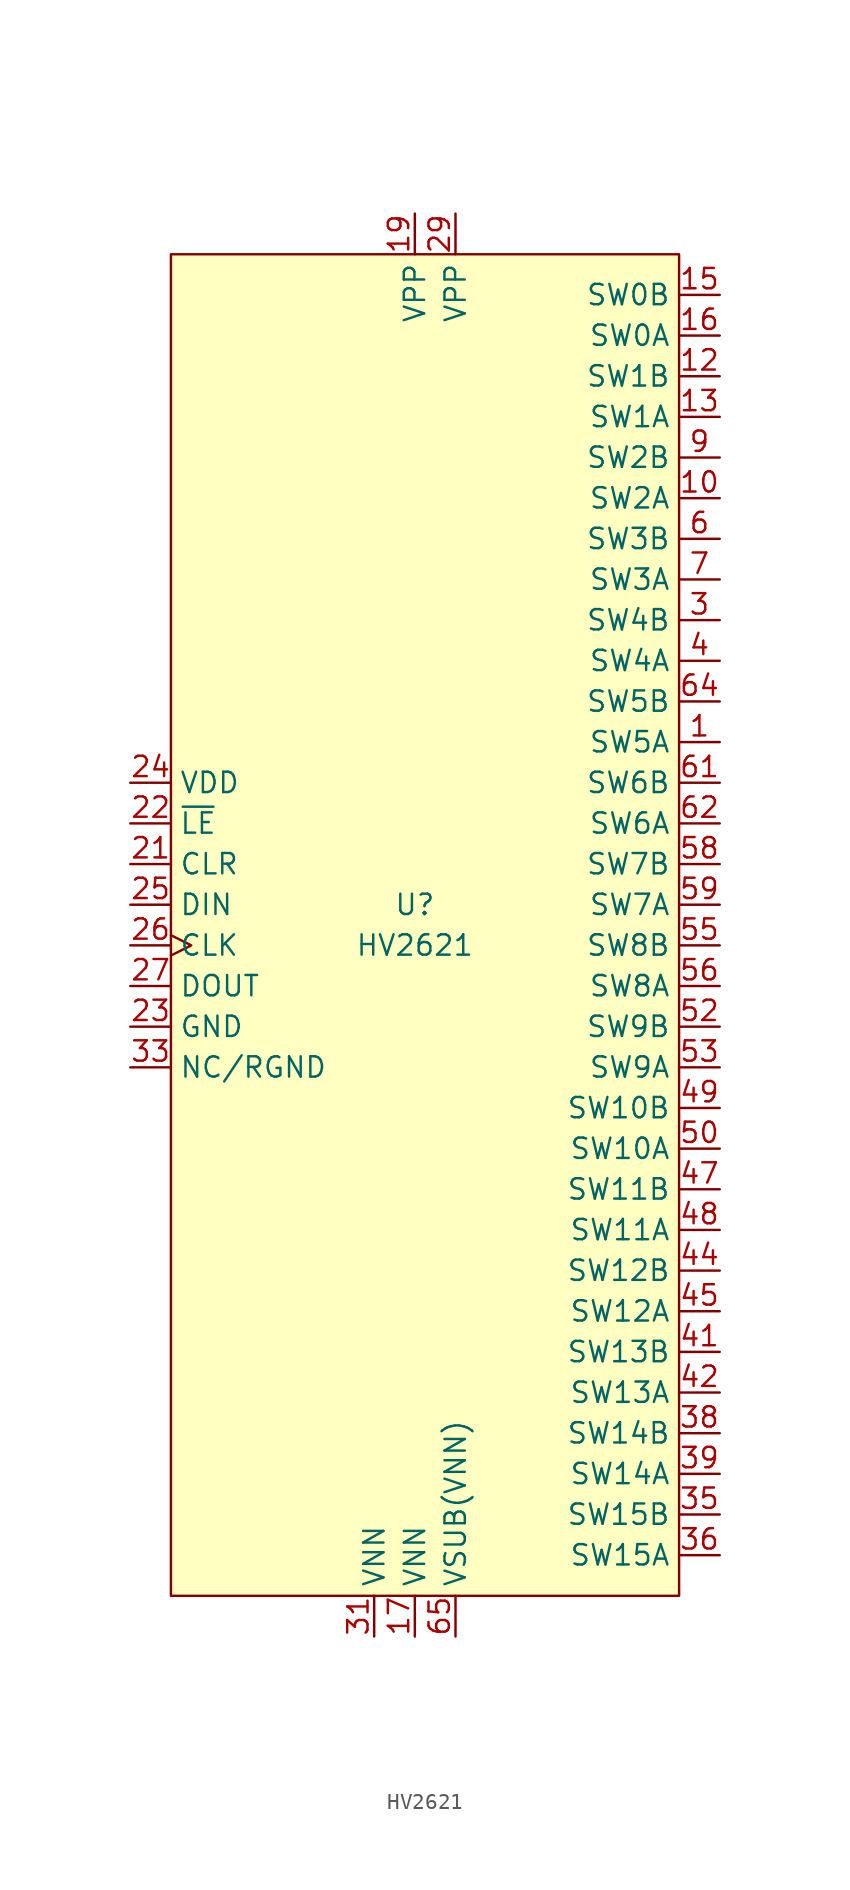
<source format=kicad_sym>
(kicad_symbol_lib
  (version 20211014)
  (generator kicad_symbol_editor)
  (symbol "HV2621"
    (property "Reference" "U"
      (at 0 0 0)
      (effects (font (size 1.27 1.27))))
    (property "Value" "HV2621"
      (at 0 -2.54 0)
      (effects (font (size 1.27 1.27))))
    (symbol "HV2621_0_1"
      (rectangle (start -15.24 40.64) (end 16.51 -43.18) (stroke (width 0.152) (type default) (color 0 0 0 0)) (fill (type background))))
    (symbol "HV2621_1_1"
      (pin bidirectional line (at 19.05 10.16 180) (length 2.54) (name "SW5A" (effects (font (size 1.27 1.27)))) (number "1" (effects (font (size 1.27 1.27)))))
      (pin bidirectional line (at 19.05 25.4 180) (length 2.54) (name "SW2A" (effects (font (size 1.27 1.27)))) (number "10" (effects (font (size 1.27 1.27)))))
      (pin no_connect line (at -17.78 -22.86 0) (length 2.54) hide (name "NC" (effects (font (size 1.27 1.27)))) (number "11" (effects (font (size 1.27 1.27)))))
      (pin bidirectional line (at 19.05 33.02 180) (length 2.54) (name "SW1B" (effects (font (size 1.27 1.27)))) (number "12" (effects (font (size 1.27 1.27)))))
      (pin bidirectional line (at 19.05 30.48 180) (length 2.54) (name "SW1A" (effects (font (size 1.27 1.27)))) (number "13" (effects (font (size 1.27 1.27)))))
      (pin no_connect line (at -17.78 -25.4 0) (length 2.54) hide (name "NC" (effects (font (size 1.27 1.27)))) (number "14" (effects (font (size 1.27 1.27)))))
      (pin bidirectional line (at 19.05 38.1 180) (length 2.54) (name "SW0B" (effects (font (size 1.27 1.27)))) (number "15" (effects (font (size 1.27 1.27)))))
      (pin bidirectional line (at 19.05 35.56 180) (length 2.54) (name "SW0A" (effects (font (size 1.27 1.27)))) (number "16" (effects (font (size 1.27 1.27)))))
      (pin power_in line (at 0 -45.72 90) (length 2.54) (name "VNN" (effects (font (size 1.27 1.27)))) (number "17" (effects (font (size 1.27 1.27)))))
      (pin no_connect line (at -17.78 -27.94 0) (length 2.54) hide (name "NC" (effects (font (size 1.27 1.27)))) (number "18" (effects (font (size 1.27 1.27)))))
      (pin power_in line (at 0 43.18 270) (length 2.54) (name "VPP" (effects (font (size 1.27 1.27)))) (number "19" (effects (font (size 1.27 1.27)))))
      (pin no_connect line (at -17.78 -12.7 0) (length 2.54) hide (name "NC" (effects (font (size 1.27 1.27)))) (number "2" (effects (font (size 1.27 1.27)))))
      (pin no_connect line (at -17.78 -30.48 0) (length 2.54) hide (name "NC" (effects (font (size 1.27 1.27)))) (number "20" (effects (font (size 1.27 1.27)))))
      (pin input line (at -17.78 2.54 0) (length 2.54) (name "CLR" (effects (font (size 1.27 1.27)))) (number "21" (effects (font (size 1.27 1.27)))))
      (pin input line (at -17.78 5.08 0) (length 2.54) (name "~{LE}" (effects (font (size 1.27 1.27)))) (number "22" (effects (font (size 1.27 1.27)))))
      (pin power_in line (at -17.78 -7.62 0) (length 2.54) (name "GND" (effects (font (size 1.27 1.27)))) (number "23" (effects (font (size 1.27 1.27)))))
      (pin power_in line (at -17.78 7.62 0) (length 2.54) (name "VDD" (effects (font (size 1.27 1.27)))) (number "24" (effects (font (size 1.27 1.27)))))
      (pin input line (at -17.78 0 0) (length 2.54) (name "DIN" (effects (font (size 1.27 1.27)))) (number "25" (effects (font (size 1.27 1.27)))))
      (pin input clock (at -17.78 -2.54 0) (length 2.54) (name "CLK" (effects (font (size 1.27 1.27)))) (number "26" (effects (font (size 1.27 1.27)))))
      (pin output line (at -17.78 -5.08 0) (length 2.54) (name "DOUT" (effects (font (size 1.27 1.27)))) (number "27" (effects (font (size 1.27 1.27)))))
      (pin no_connect line (at -17.78 -33.02 0) (length 2.54) hide (name "NC" (effects (font (size 1.27 1.27)))) (number "28" (effects (font (size 1.27 1.27)))))
      (pin power_in line (at 2.54 43.18 270) (length 2.54) (name "VPP" (effects (font (size 1.27 1.27)))) (number "29" (effects (font (size 1.27 1.27)))))
      (pin bidirectional line (at 19.05 17.78 180) (length 2.54) (name "SW4B" (effects (font (size 1.27 1.27)))) (number "3" (effects (font (size 1.27 1.27)))))
      (pin no_connect line (at -17.78 -35.56 0) (length 2.54) hide (name "NC" (effects (font (size 1.27 1.27)))) (number "30" (effects (font (size 1.27 1.27)))))
      (pin power_in line (at -2.54 -45.72 90) (length 2.54) (name "VNN" (effects (font (size 1.27 1.27)))) (number "31" (effects (font (size 1.27 1.27)))))
      (pin no_connect line (at -17.78 -40.64 0) (length 2.54) hide (name "NC" (effects (font (size 1.27 1.27)))) (number "32" (effects (font (size 1.27 1.27)))))
      (pin bidirectional line (at -17.78 -10.16 0) (length 2.54) (name "NC/RGND" (effects (font (size 1.27 1.27)))) (number "33" (effects (font (size 1.27 1.27)))))
      (pin no_connect line (at -17.78 -38.1 0) (length 2.54) hide (name "NC" (effects (font (size 1.27 1.27)))) (number "34" (effects (font (size 1.27 1.27)))))
      (pin bidirectional line (at 19.05 -38.1 180) (length 2.54) (name "SW15B" (effects (font (size 1.27 1.27)))) (number "35" (effects (font (size 1.27 1.27)))))
      (pin bidirectional line (at 19.05 -40.64 180) (length 2.54) (name "SW15A" (effects (font (size 1.27 1.27)))) (number "36" (effects (font (size 1.27 1.27)))))
      (pin no_connect line (at -17.78 10.16 0) (length 2.54) hide (name "NC" (effects (font (size 1.27 1.27)))) (number "37" (effects (font (size 1.27 1.27)))))
      (pin bidirectional line (at 19.05 -33.02 180) (length 2.54) (name "SW14B" (effects (font (size 1.27 1.27)))) (number "38" (effects (font (size 1.27 1.27)))))
      (pin bidirectional line (at 19.05 -35.56 180) (length 2.54) (name "SW14A" (effects (font (size 1.27 1.27)))) (number "39" (effects (font (size 1.27 1.27)))))
      (pin bidirectional line (at 19.05 15.24 180) (length 2.54) (name "SW4A" (effects (font (size 1.27 1.27)))) (number "4" (effects (font (size 1.27 1.27)))))
      (pin no_connect line (at -17.78 12.7 0) (length 2.54) hide (name "NC" (effects (font (size 1.27 1.27)))) (number "40" (effects (font (size 1.27 1.27)))))
      (pin bidirectional line (at 19.05 -27.94 180) (length 2.54) (name "SW13B" (effects (font (size 1.27 1.27)))) (number "41" (effects (font (size 1.27 1.27)))))
      (pin bidirectional line (at 19.05 -30.48 180) (length 2.54) (name "SW13A" (effects (font (size 1.27 1.27)))) (number "42" (effects (font (size 1.27 1.27)))))
      (pin no_connect line (at -17.78 15.24 0) (length 2.54) hide (name "NC" (effects (font (size 1.27 1.27)))) (number "43" (effects (font (size 1.27 1.27)))))
      (pin bidirectional line (at 19.05 -22.86 180) (length 2.54) (name "SW12B" (effects (font (size 1.27 1.27)))) (number "44" (effects (font (size 1.27 1.27)))))
      (pin bidirectional line (at 19.05 -25.4 180) (length 2.54) (name "SW12A" (effects (font (size 1.27 1.27)))) (number "45" (effects (font (size 1.27 1.27)))))
      (pin no_connect line (at -17.78 17.78 0) (length 2.54) hide (name "NC" (effects (font (size 1.27 1.27)))) (number "46" (effects (font (size 1.27 1.27)))))
      (pin bidirectional line (at 19.05 -17.78 180) (length 2.54) (name "SW11B" (effects (font (size 1.27 1.27)))) (number "47" (effects (font (size 1.27 1.27)))))
      (pin bidirectional line (at 19.05 -20.32 180) (length 2.54) (name "SW11A" (effects (font (size 1.27 1.27)))) (number "48" (effects (font (size 1.27 1.27)))))
      (pin bidirectional line (at 19.05 -12.7 180) (length 2.54) (name "SW10B" (effects (font (size 1.27 1.27)))) (number "49" (effects (font (size 1.27 1.27)))))
      (pin no_connect line (at -17.78 -15.24 0) (length 2.54) hide (name "NC" (effects (font (size 1.27 1.27)))) (number "5" (effects (font (size 1.27 1.27)))))
      (pin bidirectional line (at 19.05 -15.24 180) (length 2.54) (name "SW10A" (effects (font (size 1.27 1.27)))) (number "50" (effects (font (size 1.27 1.27)))))
      (pin no_connect line (at -17.78 20.32 0) (length 2.54) hide (name "NC" (effects (font (size 1.27 1.27)))) (number "51" (effects (font (size 1.27 1.27)))))
      (pin bidirectional line (at 19.05 -7.62 180) (length 2.54) (name "SW9B" (effects (font (size 1.27 1.27)))) (number "52" (effects (font (size 1.27 1.27)))))
      (pin bidirectional line (at 19.05 -10.16 180) (length 2.54) (name "SW9A" (effects (font (size 1.27 1.27)))) (number "53" (effects (font (size 1.27 1.27)))))
      (pin no_connect line (at -17.78 22.86 0) (length 2.54) hide (name "NC" (effects (font (size 1.27 1.27)))) (number "54" (effects (font (size 1.27 1.27)))))
      (pin bidirectional line (at 19.05 -2.54 180) (length 2.54) (name "SW8B" (effects (font (size 1.27 1.27)))) (number "55" (effects (font (size 1.27 1.27)))))
      (pin bidirectional line (at 19.05 -5.08 180) (length 2.54) (name "SW8A" (effects (font (size 1.27 1.27)))) (number "56" (effects (font (size 1.27 1.27)))))
      (pin no_connect line (at -17.78 25.4 0) (length 2.54) hide (name "NC" (effects (font (size 1.27 1.27)))) (number "57" (effects (font (size 1.27 1.27)))))
      (pin bidirectional line (at 19.05 2.54 180) (length 2.54) (name "SW7B" (effects (font (size 1.27 1.27)))) (number "58" (effects (font (size 1.27 1.27)))))
      (pin bidirectional line (at 19.05 0 180) (length 2.54) (name "SW7A" (effects (font (size 1.27 1.27)))) (number "59" (effects (font (size 1.27 1.27)))))
      (pin bidirectional line (at 19.05 22.86 180) (length 2.54) (name "SW3B" (effects (font (size 1.27 1.27)))) (number "6" (effects (font (size 1.27 1.27)))))
      (pin no_connect line (at -17.78 27.94 0) (length 2.54) hide (name "NC" (effects (font (size 1.27 1.27)))) (number "60" (effects (font (size 1.27 1.27)))))
      (pin bidirectional line (at 19.05 7.62 180) (length 2.54) (name "SW6B" (effects (font (size 1.27 1.27)))) (number "61" (effects (font (size 1.27 1.27)))))
      (pin bidirectional line (at 19.05 5.08 180) (length 2.54) (name "SW6A" (effects (font (size 1.27 1.27)))) (number "62" (effects (font (size 1.27 1.27)))))
      (pin no_connect line (at -17.78 30.48 0) (length 2.54) hide (name "NC" (effects (font (size 1.27 1.27)))) (number "63" (effects (font (size 1.27 1.27)))))
      (pin bidirectional line (at 19.05 12.7 180) (length 2.54) (name "SW5B" (effects (font (size 1.27 1.27)))) (number "64" (effects (font (size 1.27 1.27)))))
      (pin power_in line (at 2.54 -45.72 90) (length 2.54) (name "VSUB(VNN)" (effects (font (size 1.27 1.27)))) (number "65" (effects (font (size 1.27 1.27)))))
      (pin bidirectional line (at 19.05 20.32 180) (length 2.54) (name "SW3A" (effects (font (size 1.27 1.27)))) (number "7" (effects (font (size 1.27 1.27)))))
      (pin no_connect line (at -17.78 -17.78 0) (length 2.54) hide (name "NC" (effects (font (size 1.27 1.27)))) (number "8" (effects (font (size 1.27 1.27)))))
      (pin no_connect line (at -17.78 -20.32 0) (length 2.54) hide (name "NC" (effects (font (size 1.27 1.27)))) (number "9" (effects (font (size 1.27 1.27)))))
      (pin bidirectional line (at 19.05 27.94 180) (length 2.54) (name "SW2B" (effects (font (size 1.27 1.27)))) (number "9" (effects (font (size 1.27 1.27))))))))
</source>
